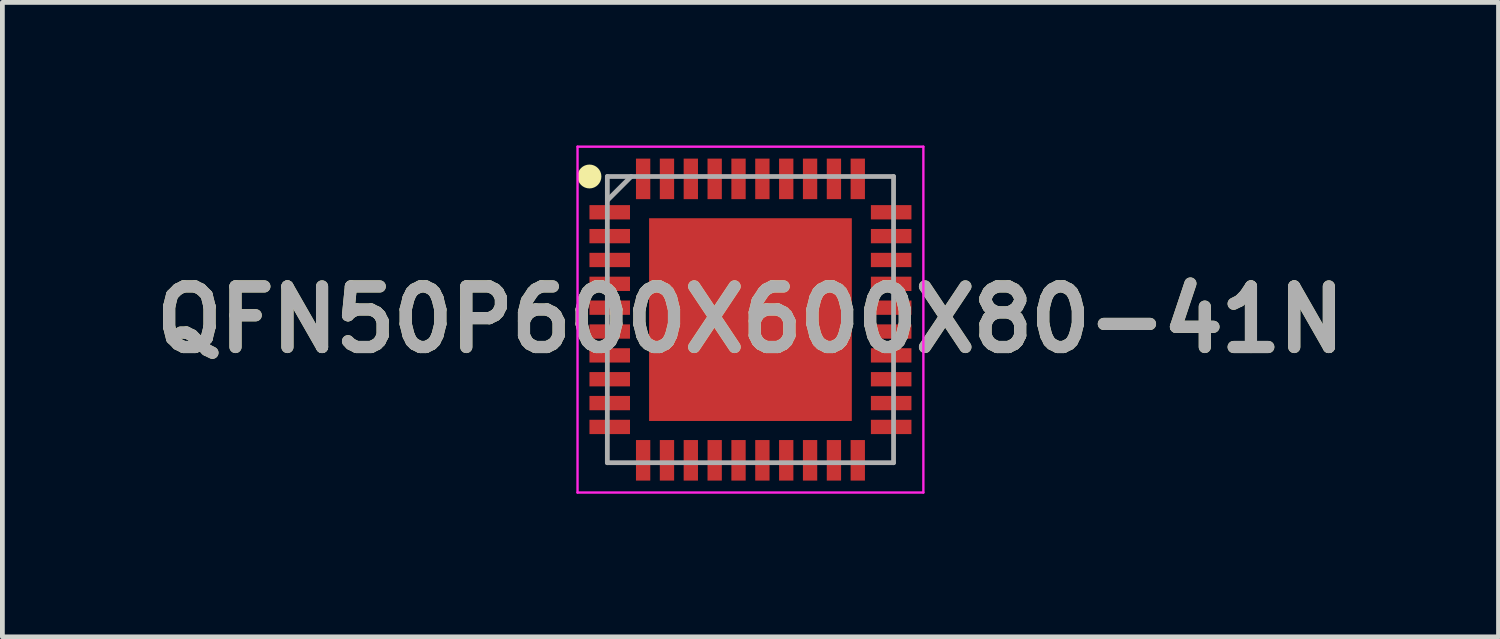
<source format=kicad_pcb>
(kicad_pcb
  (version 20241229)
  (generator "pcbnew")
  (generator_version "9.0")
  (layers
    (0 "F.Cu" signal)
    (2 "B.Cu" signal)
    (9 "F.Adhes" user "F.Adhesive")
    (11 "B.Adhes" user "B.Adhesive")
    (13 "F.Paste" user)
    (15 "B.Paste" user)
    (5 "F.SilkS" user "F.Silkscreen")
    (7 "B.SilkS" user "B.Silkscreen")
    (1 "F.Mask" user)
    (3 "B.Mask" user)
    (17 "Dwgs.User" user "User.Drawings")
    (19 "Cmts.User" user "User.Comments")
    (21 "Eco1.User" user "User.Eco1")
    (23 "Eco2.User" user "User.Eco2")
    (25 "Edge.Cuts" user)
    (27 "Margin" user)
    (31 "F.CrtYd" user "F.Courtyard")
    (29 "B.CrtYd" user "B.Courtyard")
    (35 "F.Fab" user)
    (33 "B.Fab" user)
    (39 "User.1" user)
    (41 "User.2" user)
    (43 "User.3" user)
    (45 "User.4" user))
  (footprint "QFN50P600X600X80-41N"
    (layer "F.Cu")
    (at 12.682 3.65)
    (property "Reference" "QFN50P600X600X80-41N" (at 0 0 0) (layer "F.SilkS") (effects (font (size 1.27 1.27) (thickness 0.254))))
    (attr smd)
    (fp_circle (center -3.375 -3) (end -3.375 -2.875) (stroke (width 0.25) (type solid)) (fill no) (layer "F.SilkS"))
    (fp_line (start -3.625 -3.625) (end 3.625 -3.625) (stroke (width 0.05) (type solid)) (layer "F.CrtYd"))
    (fp_line (start -3.625 3.625) (end -3.625 -3.625) (stroke (width 0.05) (type solid)) (layer "F.CrtYd"))
    (fp_line (start 3.625 -3.625) (end 3.625 3.625) (stroke (width 0.05) (type solid)) (layer "F.CrtYd"))
    (fp_line (start 3.625 3.625) (end -3.625 3.625) (stroke (width 0.05) (type solid)) (layer "F.CrtYd"))
    (fp_line (start -3 -3) (end 3 -3) (stroke (width 0.1) (type solid)) (layer "F.Fab"))
    (fp_line (start -3 -2.5) (end -2.5 -3) (stroke (width 0.1) (type solid)) (layer "F.Fab"))
    (fp_line (start -3 3) (end -3 -3) (stroke (width 0.1) (type solid)) (layer "F.Fab"))
    (fp_line (start 3 -3) (end 3 3) (stroke (width 0.1) (type solid)) (layer "F.Fab"))
    (fp_line (start 3 3) (end -3 3) (stroke (width 0.1) (type solid)) (layer "F.Fab"))
    (fp_text user "${REFERENCE}" (at 0 0 0) (layer "F.Fab") (effects (font (size 1.27 1.27) (thickness 0.254))))
    (pad "1" smd rect (at -2.95 -2.25 90) (size 0.3 0.85) (layers "F.Cu" "F.Mask" "F.Paste"))
    (pad "2" smd rect (at -2.95 -1.75 90) (size 0.3 0.85) (layers "F.Cu" "F.Mask" "F.Paste"))
    (pad "3" smd rect (at -2.95 -1.25 90) (size 0.3 0.85) (layers "F.Cu" "F.Mask" "F.Paste"))
    (pad "4" smd rect (at -2.95 -0.75 90) (size 0.3 0.85) (layers "F.Cu" "F.Mask" "F.Paste"))
    (pad "5" smd rect (at -2.95 -0.25 90) (size 0.3 0.85) (layers "F.Cu" "F.Mask" "F.Paste"))
    (pad "6" smd rect (at -2.95 0.25 90) (size 0.3 0.85) (layers "F.Cu" "F.Mask" "F.Paste"))
    (pad "7" smd rect (at -2.95 0.75 90) (size 0.3 0.85) (layers "F.Cu" "F.Mask" "F.Paste"))
    (pad "8" smd rect (at -2.95 1.25 90) (size 0.3 0.85) (layers "F.Cu" "F.Mask" "F.Paste"))
    (pad "9" smd rect (at -2.95 1.75 90) (size 0.3 0.85) (layers "F.Cu" "F.Mask" "F.Paste"))
    (pad "10" smd rect (at -2.95 2.25 90) (size 0.3 0.85) (layers "F.Cu" "F.Mask" "F.Paste"))
    (pad "11" smd rect (at -2.25 2.95) (size 0.3 0.85) (layers "F.Cu" "F.Mask" "F.Paste"))
    (pad "12" smd rect (at -1.75 2.95) (size 0.3 0.85) (layers "F.Cu" "F.Mask" "F.Paste"))
    (pad "13" smd rect (at -1.25 2.95) (size 0.3 0.85) (layers "F.Cu" "F.Mask" "F.Paste"))
    (pad "14" smd rect (at -0.75 2.95) (size 0.3 0.85) (layers "F.Cu" "F.Mask" "F.Paste"))
    (pad "15" smd rect (at -0.25 2.95) (size 0.3 0.85) (layers "F.Cu" "F.Mask" "F.Paste"))
    (pad "16" smd rect (at 0.25 2.95) (size 0.3 0.85) (layers "F.Cu" "F.Mask" "F.Paste"))
    (pad "17" smd rect (at 0.75 2.95) (size 0.3 0.85) (layers "F.Cu" "F.Mask" "F.Paste"))
    (pad "18" smd rect (at 1.25 2.95) (size 0.3 0.85) (layers "F.Cu" "F.Mask" "F.Paste"))
    (pad "19" smd rect (at 1.75 2.95) (size 0.3 0.85) (layers "F.Cu" "F.Mask" "F.Paste"))
    (pad "20" smd rect (at 2.25 2.95) (size 0.3 0.85) (layers "F.Cu" "F.Mask" "F.Paste"))
    (pad "21" smd rect (at 2.95 2.25 90) (size 0.3 0.85) (layers "F.Cu" "F.Mask" "F.Paste"))
    (pad "22" smd rect (at 2.95 1.75 90) (size 0.3 0.85) (layers "F.Cu" "F.Mask" "F.Paste"))
    (pad "23" smd rect (at 2.95 1.25 90) (size 0.3 0.85) (layers "F.Cu" "F.Mask" "F.Paste"))
    (pad "24" smd rect (at 2.95 0.75 90) (size 0.3 0.85) (layers "F.Cu" "F.Mask" "F.Paste"))
    (pad "25" smd rect (at 2.95 0.25 90) (size 0.3 0.85) (layers "F.Cu" "F.Mask" "F.Paste"))
    (pad "26" smd rect (at 2.95 -0.25 90) (size 0.3 0.85) (layers "F.Cu" "F.Mask" "F.Paste"))
    (pad "27" smd rect (at 2.95 -0.75 90) (size 0.3 0.85) (layers "F.Cu" "F.Mask" "F.Paste"))
    (pad "28" smd rect (at 2.95 -1.25 90) (size 0.3 0.85) (layers "F.Cu" "F.Mask" "F.Paste"))
    (pad "29" smd rect (at 2.95 -1.75 90) (size 0.3 0.85) (layers "F.Cu" "F.Mask" "F.Paste"))
    (pad "30" smd rect (at 2.95 -2.25 90) (size 0.3 0.85) (layers "F.Cu" "F.Mask" "F.Paste"))
    (pad "31" smd rect (at 2.25 -2.95) (size 0.3 0.85) (layers "F.Cu" "F.Mask" "F.Paste"))
    (pad "32" smd rect (at 1.75 -2.95) (size 0.3 0.85) (layers "F.Cu" "F.Mask" "F.Paste"))
    (pad "33" smd rect (at 1.25 -2.95) (size 0.3 0.85) (layers "F.Cu" "F.Mask" "F.Paste"))
    (pad "34" smd rect (at 0.75 -2.95) (size 0.3 0.85) (layers "F.Cu" "F.Mask" "F.Paste"))
    (pad "35" smd rect (at 0.25 -2.95) (size 0.3 0.85) (layers "F.Cu" "F.Mask" "F.Paste"))
    (pad "36" smd rect (at -0.25 -2.95) (size 0.3 0.85) (layers "F.Cu" "F.Mask" "F.Paste"))
    (pad "37" smd rect (at -0.75 -2.95) (size 0.3 0.85) (layers "F.Cu" "F.Mask" "F.Paste"))
    (pad "38" smd rect (at -1.25 -2.95) (size 0.3 0.85) (layers "F.Cu" "F.Mask" "F.Paste"))
    (pad "39" smd rect (at -1.75 -2.95) (size 0.3 0.85) (layers "F.Cu" "F.Mask" "F.Paste"))
    (pad "40" smd rect (at -2.25 -2.95) (size 0.3 0.85) (layers "F.Cu" "F.Mask" "F.Paste"))
    (pad "41" smd rect (at 0 0) (size 4.25 4.25) (layers "F.Cu" "F.Mask" "F.Paste")))
  (gr_rect
    (start -3 -3)
    (end 28.364 10.3)
    (stroke (width 0.1) (type default))
    (fill no)
    (layer "Edge.Cuts")))
</source>
